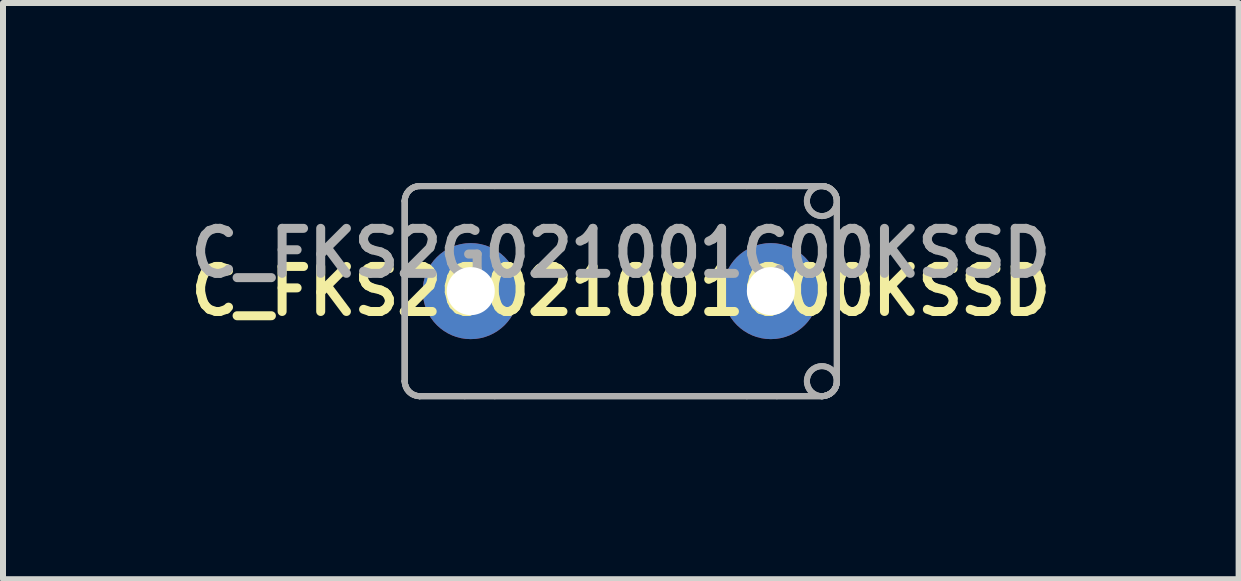
<source format=kicad_pcb>
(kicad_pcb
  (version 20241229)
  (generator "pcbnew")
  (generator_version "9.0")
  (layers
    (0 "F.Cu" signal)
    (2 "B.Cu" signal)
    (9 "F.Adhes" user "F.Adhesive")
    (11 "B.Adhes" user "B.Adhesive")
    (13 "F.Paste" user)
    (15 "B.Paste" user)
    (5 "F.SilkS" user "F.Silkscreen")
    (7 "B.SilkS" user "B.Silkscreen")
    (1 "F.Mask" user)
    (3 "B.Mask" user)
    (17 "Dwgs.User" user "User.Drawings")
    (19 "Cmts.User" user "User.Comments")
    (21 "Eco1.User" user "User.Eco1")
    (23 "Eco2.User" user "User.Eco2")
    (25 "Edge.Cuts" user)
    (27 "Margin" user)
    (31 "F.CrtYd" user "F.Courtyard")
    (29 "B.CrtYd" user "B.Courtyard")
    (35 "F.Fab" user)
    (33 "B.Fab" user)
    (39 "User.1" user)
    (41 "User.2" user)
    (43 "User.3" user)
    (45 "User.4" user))
  (footprint "C_FKS2G021001C00KSSD"
    (layer "F.Cu")
    (at 7.293 1.8)
    (property "Reference" "C_FKS2G021001C00KSSD" (at 0 0 0) (layer "F.SilkS") (effects (font (size 0.75 0.75) (thickness 0.15))))
    (attr through_hole)
    (fp_line (start -3.6 -1.5) (end -3.6 -1.5) (stroke (width 0.1) (type solid)) (layer "F.Fab"))
    (fp_line (start -3.6 -1.5) (end -3.6 -1.5) (stroke (width 0.1) (type solid)) (layer "F.Fab"))
    (fp_line (start -3.6 -1.5) (end -3.6 1.5) (stroke (width 0.1) (type solid)) (layer "F.Fab"))
    (fp_line (start -3.6 -1.5) (end -3.6 1.5) (stroke (width 0.1) (type solid)) (layer "F.Fab"))
    (fp_line (start -3.6 -1.5) (end -3.6 1.5) (stroke (width 0.1) (type solid)) (layer "F.Fab"))
    (fp_line (start -3.6 -1.5) (end -3.6 1.5) (stroke (width 0.1) (type solid)) (layer "F.Fab"))
    (fp_line (start -3.6 1.5) (end -3.6 1.5) (stroke (width 0.1) (type solid)) (layer "F.Fab"))
    (fp_line (start -3.6 1.5) (end -3.6 1.5) (stroke (width 0.1) (type solid)) (layer "F.Fab"))
    (fp_line (start -3.35 -1.75) (end -3.35 -1.75) (stroke (width 0.1) (type solid)) (layer "F.Fab"))
    (fp_line (start -3.35 -1.75) (end -3.35 -1.75) (stroke (width 0.1) (type solid)) (layer "F.Fab"))
    (fp_line (start -3.35 -1.75) (end 3.35 -1.75) (stroke (width 0.1) (type solid)) (layer "F.Fab"))
    (fp_line (start -3.35 -1.75) (end 3.35 -1.75) (stroke (width 0.1) (type solid)) (layer "F.Fab"))
    (fp_line (start -3.35 1.75) (end -3.35 1.75) (stroke (width 0.1) (type solid)) (layer "F.Fab"))
    (fp_line (start -3.35 1.75) (end -3.35 1.75) (stroke (width 0.1) (type solid)) (layer "F.Fab"))
    (fp_line (start -3.35 1.75) (end 3.35 1.75) (stroke (width 0.1) (type solid)) (layer "F.Fab"))
    (fp_line (start -3.35 1.75) (end 3.35 1.75) (stroke (width 0.1) (type solid)) (layer "F.Fab"))
    (fp_line (start -2.6 -1.75) (end -3.35 -1.75) (stroke (width 0.1) (type solid)) (layer "F.Fab"))
    (fp_line (start -2.6 -1.75) (end -3.35 -1.75) (stroke (width 0.1) (type solid)) (layer "F.Fab"))
    (fp_line (start -2.6 1.75) (end -3.35 1.75) (stroke (width 0.1) (type solid)) (layer "F.Fab"))
    (fp_line (start -2.6 1.75) (end -3.35 1.75) (stroke (width 0.1) (type solid)) (layer "F.Fab"))
    (fp_line (start -2.1 -1.75) (end -2.6 -1.75) (stroke (width 0.1) (type solid)) (layer "F.Fab"))
    (fp_line (start -2.1 -1.75) (end -2.6 -1.75) (stroke (width 0.1) (type solid)) (layer "F.Fab"))
    (fp_line (start -2.1 1.75) (end -2.6 1.75) (stroke (width 0.1) (type solid)) (layer "F.Fab"))
    (fp_line (start -2.1 1.75) (end -2.6 1.75) (stroke (width 0.1) (type solid)) (layer "F.Fab"))
    (fp_line (start 2.1 -1.75) (end -2.1 -1.75) (stroke (width 0.1) (type solid)) (layer "F.Fab"))
    (fp_line (start 2.1 -1.75) (end -2.1 -1.75) (stroke (width 0.1) (type solid)) (layer "F.Fab"))
    (fp_line (start 2.1 1.75) (end -2.1 1.75) (stroke (width 0.1) (type solid)) (layer "F.Fab"))
    (fp_line (start 2.1 1.75) (end -2.1 1.75) (stroke (width 0.1) (type solid)) (layer "F.Fab"))
    (fp_line (start 2.6 -1.75) (end 2.1 -1.75) (stroke (width 0.1) (type solid)) (layer "F.Fab"))
    (fp_line (start 2.6 -1.75) (end 2.1 -1.75) (stroke (width 0.1) (type solid)) (layer "F.Fab"))
    (fp_line (start 2.6 1.75) (end 2.1 1.75) (stroke (width 0.1) (type solid)) (layer "F.Fab"))
    (fp_line (start 2.6 1.75) (end 2.1 1.75) (stroke (width 0.1) (type solid)) (layer "F.Fab"))
    (fp_line (start 3.35 -1.75) (end 2.6 -1.75) (stroke (width 0.1) (type solid)) (layer "F.Fab"))
    (fp_line (start 3.35 -1.75) (end 2.6 -1.75) (stroke (width 0.1) (type solid)) (layer "F.Fab"))
    (fp_line (start 3.35 -1.75) (end 3.35 -1.75) (stroke (width 0.1) (type solid)) (layer "F.Fab"))
    (fp_line (start 3.35 -1.75) (end 3.35 -1.75) (stroke (width 0.1) (type solid)) (layer "F.Fab"))
    (fp_line (start 3.35 1.75) (end 2.6 1.75) (stroke (width 0.1) (type solid)) (layer "F.Fab"))
    (fp_line (start 3.35 1.75) (end 2.6 1.75) (stroke (width 0.1) (type solid)) (layer "F.Fab"))
    (fp_line (start 3.35 1.75) (end 3.35 1.75) (stroke (width 0.1) (type solid)) (layer "F.Fab"))
    (fp_line (start 3.35 1.75) (end 3.35 1.75) (stroke (width 0.1) (type solid)) (layer "F.Fab"))
    (fp_line (start 3.6 -1.5) (end 3.6 -1.5) (stroke (width 0.1) (type solid)) (layer "F.Fab"))
    (fp_line (start 3.6 -1.5) (end 3.6 -1.5) (stroke (width 0.1) (type solid)) (layer "F.Fab"))
    (fp_line (start 3.6 -1.5) (end 3.6 1.5) (stroke (width 0.1) (type solid)) (layer "F.Fab"))
    (fp_line (start 3.6 -1.5) (end 3.6 1.5) (stroke (width 0.1) (type solid)) (layer "F.Fab"))
    (fp_line (start 3.6 -1.5) (end 3.6 1.5) (stroke (width 0.1) (type solid)) (layer "F.Fab"))
    (fp_line (start 3.6 -1.5) (end 3.6 1.5) (stroke (width 0.1) (type solid)) (layer "F.Fab"))
    (fp_line (start 3.6 1.5) (end 3.6 1.5) (stroke (width 0.1) (type solid)) (layer "F.Fab"))
    (fp_line (start 3.6 1.5) (end 3.6 1.5) (stroke (width 0.1) (type solid)) (layer "F.Fab"))
    (fp_arc (start -3.6 -1.5) (mid -3.526777 -1.676777) (end -3.35 -1.75) (stroke (width 0.1) (type solid)) (layer "F.Fab"))
    (fp_arc (start -3.6 -1.5) (mid -3.526777 -1.676777) (end -3.35 -1.75) (stroke (width 0.1) (type solid)) (layer "F.Fab"))
    (fp_arc (start -3.6 -1.5) (mid -3.526777 -1.676777) (end -3.35 -1.75) (stroke (width 0.1) (type solid)) (layer "F.Fab"))
    (fp_arc (start -3.6 -1.5) (mid -3.526777 -1.676777) (end -3.35 -1.75) (stroke (width 0.1) (type solid)) (layer "F.Fab"))
    (fp_arc (start -3.35 1.75) (mid -3.526777 1.676777) (end -3.6 1.5) (stroke (width 0.1) (type solid)) (layer "F.Fab"))
    (fp_arc (start -3.35 1.75) (mid -3.526777 1.676777) (end -3.6 1.5) (stroke (width 0.1) (type solid)) (layer "F.Fab"))
    (fp_arc (start -3.35 1.75) (mid -3.526777 1.676777) (end -3.6 1.5) (stroke (width 0.1) (type solid)) (layer "F.Fab"))
    (fp_arc (start -3.35 1.75) (mid -3.526777 1.676777) (end -3.6 1.5) (stroke (width 0.1) (type solid)) (layer "F.Fab"))
    (fp_arc (start 3.35 -1.75) (mid 3.526777 -1.676777) (end 3.6 -1.5) (stroke (width 0.1) (type solid)) (layer "F.Fab"))
    (fp_arc (start 3.35 -1.75) (mid 3.526777 -1.676777) (end 3.6 -1.5) (stroke (width 0.1) (type solid)) (layer "F.Fab"))
    (fp_arc (start 3.35 -1.75) (mid 3.526777 -1.676777) (end 3.6 -1.5) (stroke (width 0.1) (type solid)) (layer "F.Fab"))
    (fp_arc (start 3.35 -1.75) (mid 3.526777 -1.676777) (end 3.6 -1.5) (stroke (width 0.1) (type solid)) (layer "F.Fab"))
    (fp_arc (start 3.6 -1.5) (mid 3.1 -1.5) (end 3.6 -1.5) (stroke (width 0.1) (type solid)) (layer "F.Fab"))
    (fp_arc (start 3.6 -1.5) (mid 3.1 -1.5) (end 3.6 -1.5) (stroke (width 0.1) (type solid)) (layer "F.Fab"))
    (fp_arc (start 3.6 1.5) (mid 3.526777 1.676777) (end 3.35 1.75) (stroke (width 0.1) (type solid)) (layer "F.Fab"))
    (fp_arc (start 3.6 1.5) (mid 3.526777 1.676777) (end 3.35 1.75) (stroke (width 0.1) (type solid)) (layer "F.Fab"))
    (fp_arc (start 3.6 1.5) (mid 3.526777 1.676777) (end 3.35 1.75) (stroke (width 0.1) (type solid)) (layer "F.Fab"))
    (fp_arc (start 3.6 1.5) (mid 3.526777 1.676777) (end 3.35 1.75) (stroke (width 0.1) (type solid)) (layer "F.Fab"))
    (fp_arc (start 3.6 1.5) (mid 3.1 1.5) (end 3.6 1.5) (stroke (width 0.1) (type solid)) (layer "F.Fab"))
    (fp_arc (start 3.6 1.5) (mid 3.1 1.5) (end 3.6 1.5) (stroke (width 0.1) (type solid)) (layer "F.Fab"))
    (fp_text user "${REFERENCE}" (at 0 -0.635 0) (layer "F.Fab") (effects (font (size 0.75 0.75) (thickness 0.15))))
    (pad "" connect circle (at -2.5 0) (size 0.8 0.8) (layers "F.Mask"))
    (pad "" connect circle (at 2.5 0) (size 0.8 0.8) (layers "F.Mask"))
    (pad "1" thru_hole circle (at -2.5 0) (size 1.6 1.6) (drill 0.8) (layers "B.Cu" "B.Mask"))
    (pad "2" thru_hole circle (at 2.5 0) (size 1.6 1.6) (drill 0.8) (layers "B.Cu" "B.Mask")))
  (gr_rect
    (start -3 -3)
    (end 17.586 6.6)
    (stroke (width 0.1) (type default))
    (fill no)
    (layer "Edge.Cuts")))
</source>
